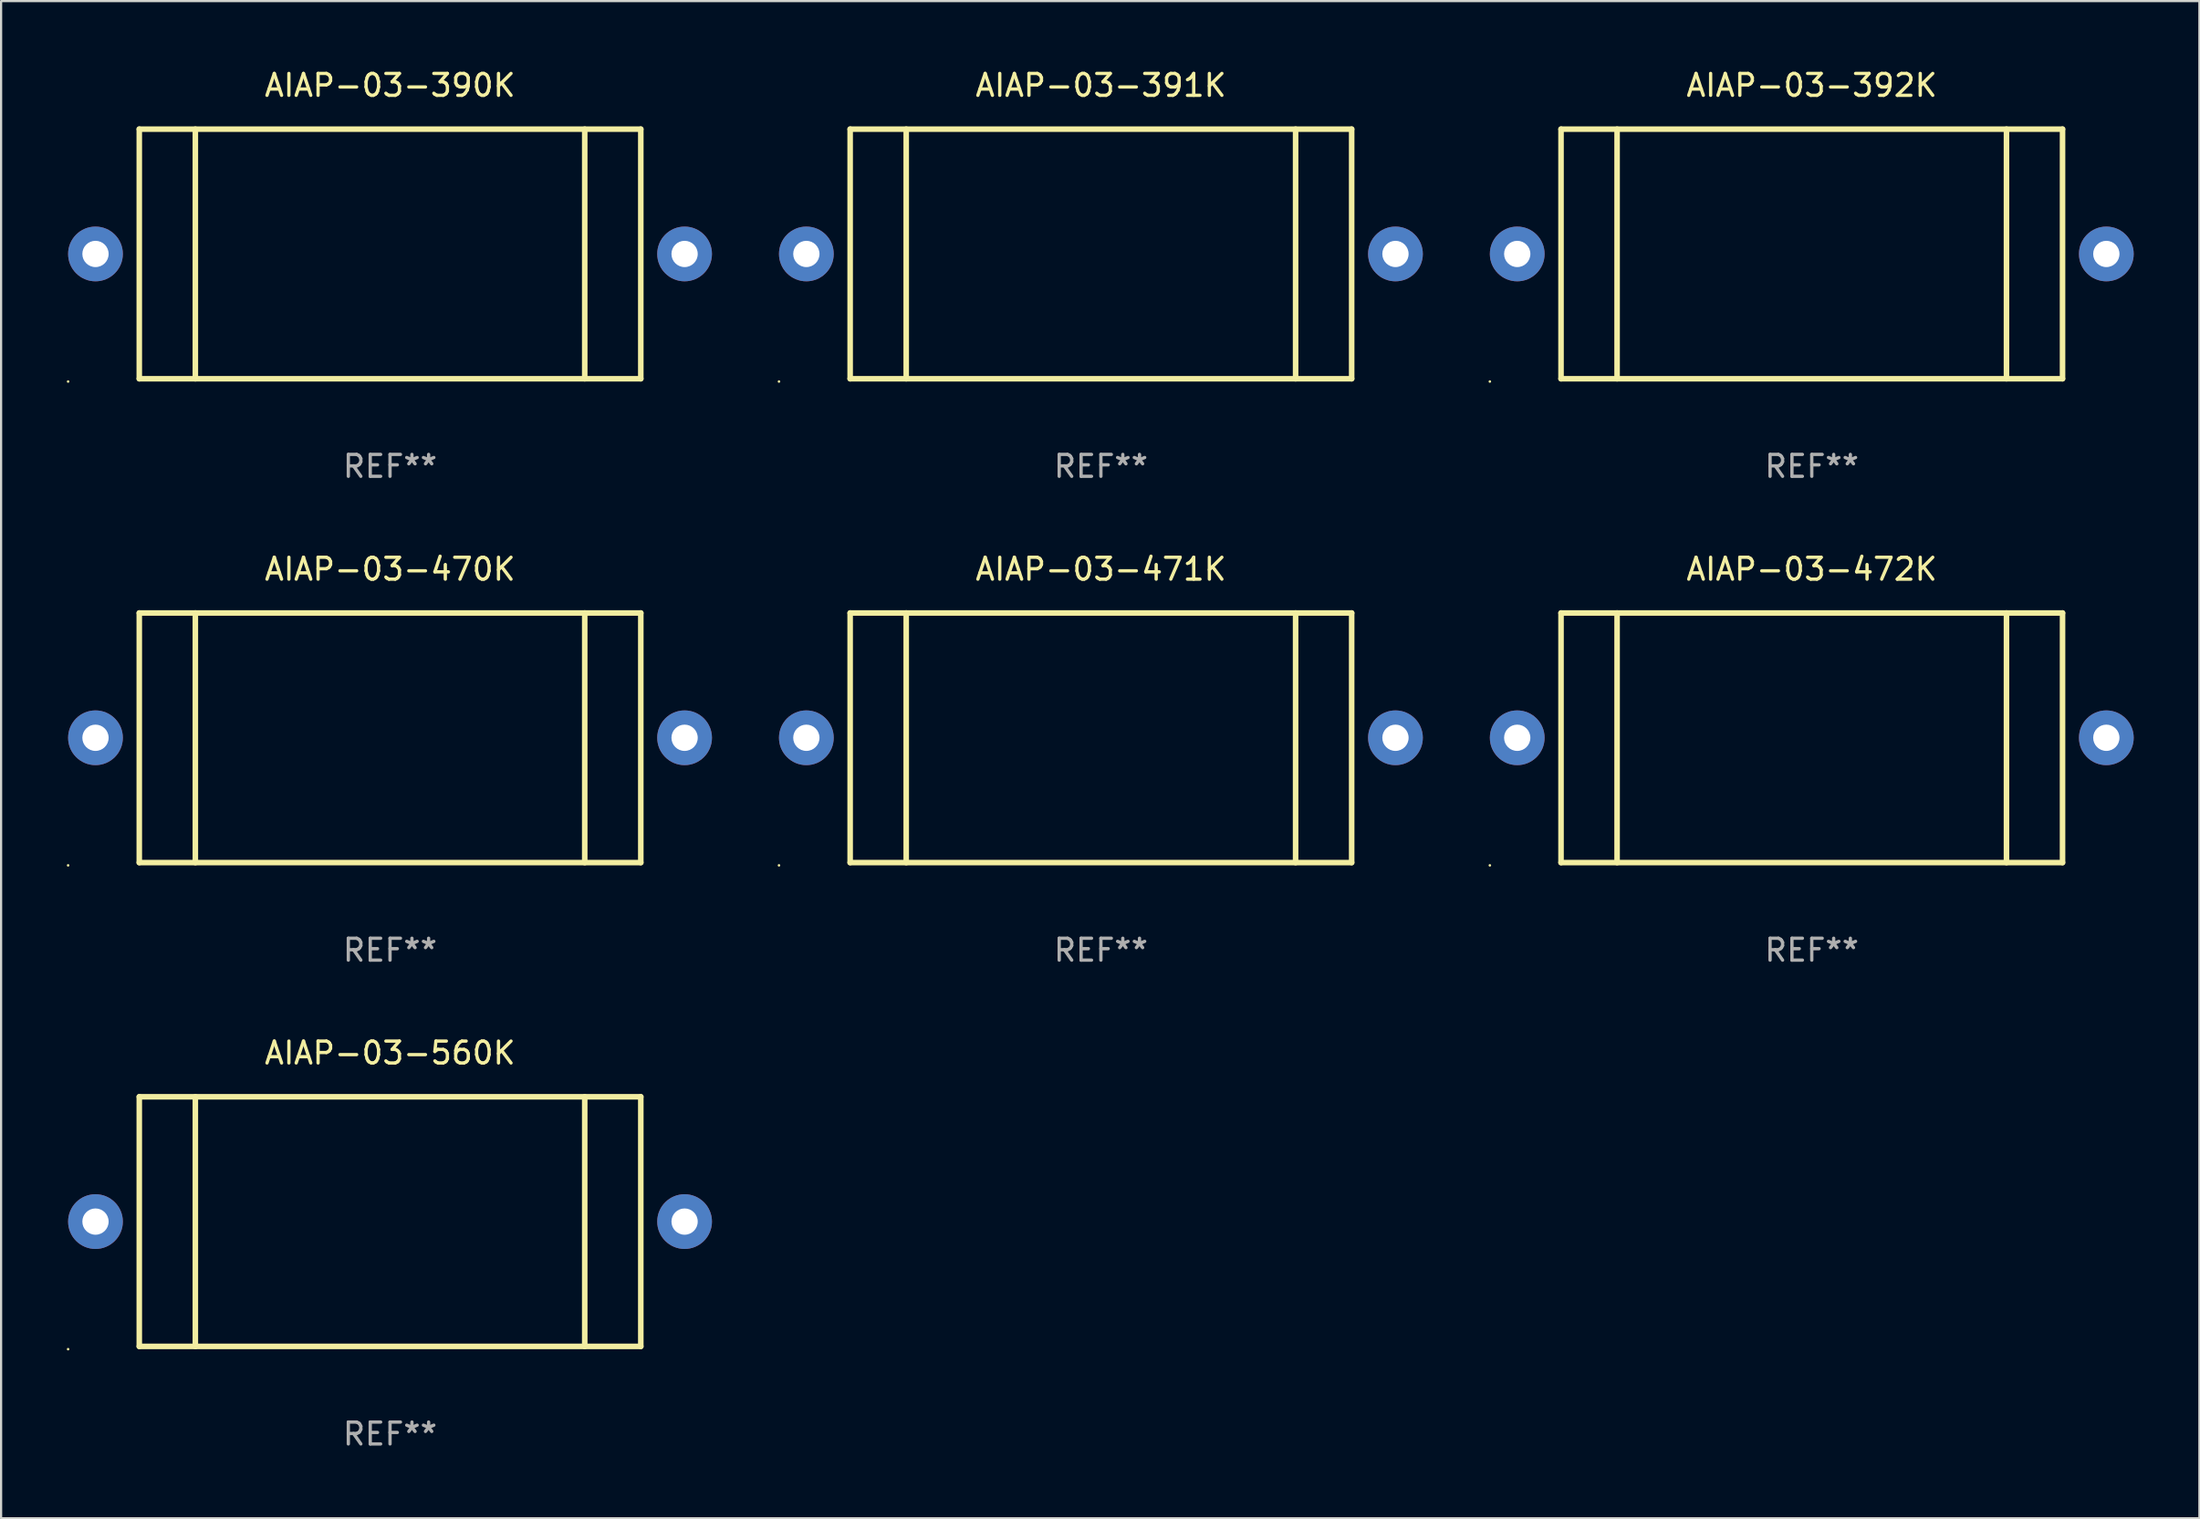
<source format=kicad_pcb>
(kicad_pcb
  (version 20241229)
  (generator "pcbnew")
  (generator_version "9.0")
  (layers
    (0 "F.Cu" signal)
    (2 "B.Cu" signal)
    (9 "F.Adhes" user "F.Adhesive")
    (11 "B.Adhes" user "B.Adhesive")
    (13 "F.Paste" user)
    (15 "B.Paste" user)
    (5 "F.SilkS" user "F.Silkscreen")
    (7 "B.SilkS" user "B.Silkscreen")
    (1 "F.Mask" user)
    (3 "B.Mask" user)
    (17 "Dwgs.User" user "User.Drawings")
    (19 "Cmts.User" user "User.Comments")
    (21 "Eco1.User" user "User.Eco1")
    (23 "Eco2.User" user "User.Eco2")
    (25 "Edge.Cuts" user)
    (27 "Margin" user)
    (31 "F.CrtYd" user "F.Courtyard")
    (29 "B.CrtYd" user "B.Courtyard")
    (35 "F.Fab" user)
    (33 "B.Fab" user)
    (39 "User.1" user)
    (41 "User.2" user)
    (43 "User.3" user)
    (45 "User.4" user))
  (footprint "AIAP-03-392K"
    (layer "F.Cu")
    (at 79.68 8.548)
    (property "Reference" "AIAP-03-392K" (at 0 -7.7 0) (layer "F.SilkS") (effects (font (size 1 1) (thickness 0.15))))
    (attr through_hole)
    (fp_line (start -11.45 -5.7) (end 11.45 -5.7) (stroke (width 0.254) (type solid)) (layer "F.SilkS"))
    (fp_line (start -11.45 5.7) (end -11.45 -5.7) (stroke (width 0.254) (type solid)) (layer "F.SilkS"))
    (fp_line (start -8.89 5.7) (end -8.89 -5.7) (stroke (width 0.254) (type solid)) (layer "F.SilkS"))
    (fp_line (start 8.89 5.7) (end 8.89 -5.7) (stroke (width 0.254) (type solid)) (layer "F.SilkS"))
    (fp_line (start 11.45 -5.7) (end 11.45 5.7) (stroke (width 0.254) (type solid)) (layer "F.SilkS"))
    (fp_line (start 11.45 5.7) (end -11.45 5.7) (stroke (width 0.254) (type solid)) (layer "F.SilkS"))
    (fp_circle (center -14.7 5.827) (end -14.67 5.827) (stroke (width 0.06) (type solid)) (fill no) (layer "F.SilkS"))
    (fp_text user "REF**" (at 0 9.7 0) (layer "F.Fab") (effects (font (size 1 1) (thickness 0.15))))
    (pad "1" thru_hole circle (at -13.45 0) (size 2.5 2.5) (drill 1.2) (layers "*.Cu" "*.Mask"))
    (pad "2" thru_hole circle (at 13.45 0) (size 2.5 2.5) (drill 1.2) (layers "*.Cu" "*.Mask")))
  (footprint "AIAP-03-472K"
    (layer "F.Cu")
    (at 79.68 30.645)
    (property "Reference" "AIAP-03-472K" (at 0 -7.7 0) (layer "F.SilkS") (effects (font (size 1 1) (thickness 0.15))))
    (attr through_hole)
    (fp_line (start -11.45 -5.7) (end 11.45 -5.7) (stroke (width 0.254) (type solid)) (layer "F.SilkS"))
    (fp_line (start -11.45 5.7) (end -11.45 -5.7) (stroke (width 0.254) (type solid)) (layer "F.SilkS"))
    (fp_line (start -8.89 5.7) (end -8.89 -5.7) (stroke (width 0.254) (type solid)) (layer "F.SilkS"))
    (fp_line (start 8.89 5.7) (end 8.89 -5.7) (stroke (width 0.254) (type solid)) (layer "F.SilkS"))
    (fp_line (start 11.45 -5.7) (end 11.45 5.7) (stroke (width 0.254) (type solid)) (layer "F.SilkS"))
    (fp_line (start 11.45 5.7) (end -11.45 5.7) (stroke (width 0.254) (type solid)) (layer "F.SilkS"))
    (fp_circle (center -14.7 5.827) (end -14.67 5.827) (stroke (width 0.06) (type solid)) (fill no) (layer "F.SilkS"))
    (fp_text user "REF**" (at 0 9.7 0) (layer "F.Fab") (effects (font (size 1 1) (thickness 0.15))))
    (pad "1" thru_hole circle (at -13.45 0) (size 2.5 2.5) (drill 1.2) (layers "*.Cu" "*.Mask"))
    (pad "2" thru_hole circle (at 13.45 0) (size 2.5 2.5) (drill 1.2) (layers "*.Cu" "*.Mask")))
  (footprint "AIAP-03-471K"
    (layer "F.Cu")
    (at 47.22 30.645)
    (property "Reference" "AIAP-03-471K" (at 0 -7.7 0) (layer "F.SilkS") (effects (font (size 1 1) (thickness 0.15))))
    (attr through_hole)
    (fp_line (start -11.45 -5.7) (end 11.45 -5.7) (stroke (width 0.254) (type solid)) (layer "F.SilkS"))
    (fp_line (start -11.45 5.7) (end -11.45 -5.7) (stroke (width 0.254) (type solid)) (layer "F.SilkS"))
    (fp_line (start -8.89 5.7) (end -8.89 -5.7) (stroke (width 0.254) (type solid)) (layer "F.SilkS"))
    (fp_line (start 8.89 5.7) (end 8.89 -5.7) (stroke (width 0.254) (type solid)) (layer "F.SilkS"))
    (fp_line (start 11.45 -5.7) (end 11.45 5.7) (stroke (width 0.254) (type solid)) (layer "F.SilkS"))
    (fp_line (start 11.45 5.7) (end -11.45 5.7) (stroke (width 0.254) (type solid)) (layer "F.SilkS"))
    (fp_circle (center -14.7 5.827) (end -14.67 5.827) (stroke (width 0.06) (type solid)) (fill no) (layer "F.SilkS"))
    (fp_text user "REF**" (at 0 9.7 0) (layer "F.Fab") (effects (font (size 1 1) (thickness 0.15))))
    (pad "1" thru_hole circle (at -13.45 0) (size 2.5 2.5) (drill 1.2) (layers "*.Cu" "*.Mask"))
    (pad "2" thru_hole circle (at 13.45 0) (size 2.5 2.5) (drill 1.2) (layers "*.Cu" "*.Mask")))
  (footprint "AIAP-03-391K"
    (layer "F.Cu")
    (at 47.22 8.548)
    (property "Reference" "AIAP-03-391K" (at 0 -7.7 0) (layer "F.SilkS") (effects (font (size 1 1) (thickness 0.15))))
    (attr through_hole)
    (fp_line (start -11.45 -5.7) (end 11.45 -5.7) (stroke (width 0.254) (type solid)) (layer "F.SilkS"))
    (fp_line (start -11.45 5.7) (end -11.45 -5.7) (stroke (width 0.254) (type solid)) (layer "F.SilkS"))
    (fp_line (start -8.89 5.7) (end -8.89 -5.7) (stroke (width 0.254) (type solid)) (layer "F.SilkS"))
    (fp_line (start 8.89 5.7) (end 8.89 -5.7) (stroke (width 0.254) (type solid)) (layer "F.SilkS"))
    (fp_line (start 11.45 -5.7) (end 11.45 5.7) (stroke (width 0.254) (type solid)) (layer "F.SilkS"))
    (fp_line (start 11.45 5.7) (end -11.45 5.7) (stroke (width 0.254) (type solid)) (layer "F.SilkS"))
    (fp_circle (center -14.7 5.827) (end -14.67 5.827) (stroke (width 0.06) (type solid)) (fill no) (layer "F.SilkS"))
    (fp_text user "REF**" (at 0 9.7 0) (layer "F.Fab") (effects (font (size 1 1) (thickness 0.15))))
    (pad "1" thru_hole circle (at -13.45 0) (size 2.5 2.5) (drill 1.2) (layers "*.Cu" "*.Mask"))
    (pad "2" thru_hole circle (at 13.45 0) (size 2.5 2.5) (drill 1.2) (layers "*.Cu" "*.Mask")))
  (footprint "AIAP-03-560K"
    (layer "F.Cu")
    (at 14.76 52.741)
    (property "Reference" "AIAP-03-560K" (at 0 -7.7 0) (layer "F.SilkS") (effects (font (size 1 1) (thickness 0.15))))
    (attr through_hole)
    (fp_line (start -11.45 -5.7) (end 11.45 -5.7) (stroke (width 0.254) (type solid)) (layer "F.SilkS"))
    (fp_line (start -11.45 5.7) (end -11.45 -5.7) (stroke (width 0.254) (type solid)) (layer "F.SilkS"))
    (fp_line (start -8.89 5.7) (end -8.89 -5.7) (stroke (width 0.254) (type solid)) (layer "F.SilkS"))
    (fp_line (start 8.89 5.7) (end 8.89 -5.7) (stroke (width 0.254) (type solid)) (layer "F.SilkS"))
    (fp_line (start 11.45 -5.7) (end 11.45 5.7) (stroke (width 0.254) (type solid)) (layer "F.SilkS"))
    (fp_line (start 11.45 5.7) (end -11.45 5.7) (stroke (width 0.254) (type solid)) (layer "F.SilkS"))
    (fp_circle (center -14.7 5.827) (end -14.67 5.827) (stroke (width 0.06) (type solid)) (fill no) (layer "F.SilkS"))
    (fp_text user "REF**" (at 0 9.7 0) (layer "F.Fab") (effects (font (size 1 1) (thickness 0.15))))
    (pad "1" thru_hole circle (at -13.45 0) (size 2.5 2.5) (drill 1.2) (layers "*.Cu" "*.Mask"))
    (pad "2" thru_hole circle (at 13.45 0) (size 2.5 2.5) (drill 1.2) (layers "*.Cu" "*.Mask")))
  (footprint "AIAP-03-470K"
    (layer "F.Cu")
    (at 14.76 30.645)
    (property "Reference" "AIAP-03-470K" (at 0 -7.7 0) (layer "F.SilkS") (effects (font (size 1 1) (thickness 0.15))))
    (attr through_hole)
    (fp_line (start -11.45 -5.7) (end 11.45 -5.7) (stroke (width 0.254) (type solid)) (layer "F.SilkS"))
    (fp_line (start -11.45 5.7) (end -11.45 -5.7) (stroke (width 0.254) (type solid)) (layer "F.SilkS"))
    (fp_line (start -8.89 5.7) (end -8.89 -5.7) (stroke (width 0.254) (type solid)) (layer "F.SilkS"))
    (fp_line (start 8.89 5.7) (end 8.89 -5.7) (stroke (width 0.254) (type solid)) (layer "F.SilkS"))
    (fp_line (start 11.45 -5.7) (end 11.45 5.7) (stroke (width 0.254) (type solid)) (layer "F.SilkS"))
    (fp_line (start 11.45 5.7) (end -11.45 5.7) (stroke (width 0.254) (type solid)) (layer "F.SilkS"))
    (fp_circle (center -14.7 5.827) (end -14.67 5.827) (stroke (width 0.06) (type solid)) (fill no) (layer "F.SilkS"))
    (fp_text user "REF**" (at 0 9.7 0) (layer "F.Fab") (effects (font (size 1 1) (thickness 0.15))))
    (pad "1" thru_hole circle (at -13.45 0) (size 2.5 2.5) (drill 1.2) (layers "*.Cu" "*.Mask"))
    (pad "2" thru_hole circle (at 13.45 0) (size 2.5 2.5) (drill 1.2) (layers "*.Cu" "*.Mask")))
  (footprint "AIAP-03-390K"
    (layer "F.Cu")
    (at 14.76 8.548)
    (property "Reference" "AIAP-03-390K" (at 0 -7.7 0) (layer "F.SilkS") (effects (font (size 1 1) (thickness 0.15))))
    (attr through_hole)
    (fp_line (start -11.45 -5.7) (end 11.45 -5.7) (stroke (width 0.254) (type solid)) (layer "F.SilkS"))
    (fp_line (start -11.45 5.7) (end -11.45 -5.7) (stroke (width 0.254) (type solid)) (layer "F.SilkS"))
    (fp_line (start -8.89 5.7) (end -8.89 -5.7) (stroke (width 0.254) (type solid)) (layer "F.SilkS"))
    (fp_line (start 8.89 5.7) (end 8.89 -5.7) (stroke (width 0.254) (type solid)) (layer "F.SilkS"))
    (fp_line (start 11.45 -5.7) (end 11.45 5.7) (stroke (width 0.254) (type solid)) (layer "F.SilkS"))
    (fp_line (start 11.45 5.7) (end -11.45 5.7) (stroke (width 0.254) (type solid)) (layer "F.SilkS"))
    (fp_circle (center -14.7 5.827) (end -14.67 5.827) (stroke (width 0.06) (type solid)) (fill no) (layer "F.SilkS"))
    (fp_text user "REF**" (at 0 9.7 0) (layer "F.Fab") (effects (font (size 1 1) (thickness 0.15))))
    (pad "1" thru_hole circle (at -13.45 0) (size 2.5 2.5) (drill 1.2) (layers "*.Cu" "*.Mask"))
    (pad "2" thru_hole circle (at 13.45 0) (size 2.5 2.5) (drill 1.2) (layers "*.Cu" "*.Mask")))
  (gr_rect
    (start -3 -3)
    (end 97.38 66.29)
    (stroke (width 0.1) (type default))
    (fill no)
    (layer "Edge.Cuts")))
</source>
